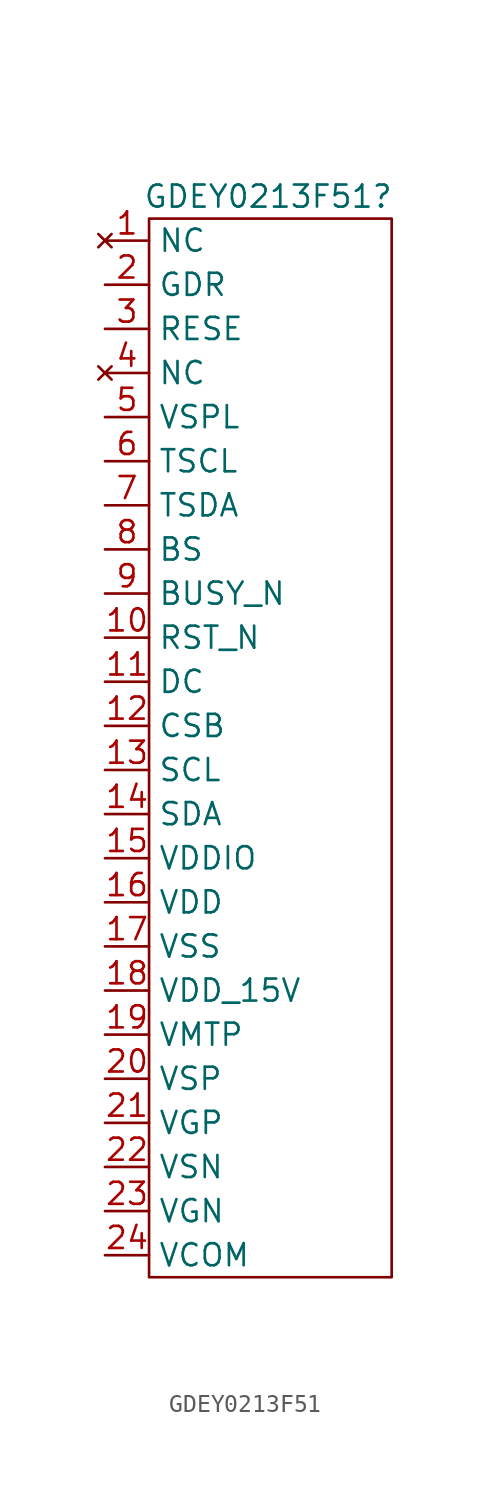
<source format=kicad_sym>
(kicad_symbol_lib
  (version 20231120)
  (generator "kicad_symbol_editor")
  (generator_version "8.0")
  (symbol "GDEY0213F51"
    (property "Reference" "GDEY0213F51"
      (at 0.508 16.51 0)
      (effects (font (size 1.27 1.27))))
    (property "Value" ""
      (at 0 0 0)
      (effects (font (size 1.27 1.27))))
    (symbol "GDEY0213F51_0_1"
      (rectangle (start -6.35 15.24) (end 7.62 -45.72) (stroke (width 0) (type default)) (fill (type none))))
    (symbol "GDEY0213F51_1_1"
      (pin no_connect line (at -8.89 13.97 0) (length 2.54) (name "NC" (effects (font (size 1.27 1.27)))) (number "1" (effects (font (size 1.27 1.27)))))
      (pin input line (at -8.89 -8.89 0) (length 2.54) (name "RST_N" (effects (font (size 1.27 1.27)))) (number "10" (effects (font (size 1.27 1.27)))))
      (pin input line (at -8.89 -11.43 0) (length 2.54) (name "DC" (effects (font (size 1.27 1.27)))) (number "11" (effects (font (size 1.27 1.27)))))
      (pin input line (at -8.89 -13.97 0) (length 2.54) (name "CSB" (effects (font (size 1.27 1.27)))) (number "12" (effects (font (size 1.27 1.27)))))
      (pin input line (at -8.89 -16.51 0) (length 2.54) (name "SCL" (effects (font (size 1.27 1.27)))) (number "13" (effects (font (size 1.27 1.27)))))
      (pin bidirectional line (at -8.89 -19.05 0) (length 2.54) (name "SDA" (effects (font (size 1.27 1.27)))) (number "14" (effects (font (size 1.27 1.27)))))
      (pin power_in line (at -8.89 -21.59 0) (length 2.54) (name "VDDIO" (effects (font (size 1.27 1.27)))) (number "15" (effects (font (size 1.27 1.27)))))
      (pin power_in line (at -8.89 -24.13 0) (length 2.54) (name "VDD" (effects (font (size 1.27 1.27)))) (number "16" (effects (font (size 1.27 1.27)))))
      (pin power_in line (at -8.89 -26.67 0) (length 2.54) (name "VSS" (effects (font (size 1.27 1.27)))) (number "17" (effects (font (size 1.27 1.27)))))
      (pin power_out line (at -8.89 -29.21 0) (length 2.54) (name "VDD_15V" (effects (font (size 1.27 1.27)))) (number "18" (effects (font (size 1.27 1.27)))))
      (pin power_in line (at -8.89 -31.75 0) (length 2.54) (name "VMTP" (effects (font (size 1.27 1.27)))) (number "19" (effects (font (size 1.27 1.27)))))
      (pin output line (at -8.89 11.43 0) (length 2.54) (name "GDR" (effects (font (size 1.27 1.27)))) (number "2" (effects (font (size 1.27 1.27)))))
      (pin power_in line (at -8.89 -34.29 0) (length 2.54) (name "VSP" (effects (font (size 1.27 1.27)))) (number "20" (effects (font (size 1.27 1.27)))))
      (pin power_in line (at -8.89 -36.83 0) (length 2.54) (name "VGP" (effects (font (size 1.27 1.27)))) (number "21" (effects (font (size 1.27 1.27)))))
      (pin power_in line (at -8.89 -39.37 0) (length 2.54) (name "VSN" (effects (font (size 1.27 1.27)))) (number "22" (effects (font (size 1.27 1.27)))))
      (pin power_in line (at -8.89 -41.91 0) (length 2.54) (name "VGN" (effects (font (size 1.27 1.27)))) (number "23" (effects (font (size 1.27 1.27)))))
      (pin output line (at -8.89 -44.45 0) (length 2.54) (name "VCOM" (effects (font (size 1.27 1.27)))) (number "24" (effects (font (size 1.27 1.27)))))
      (pin power_in line (at -8.89 8.89 0) (length 2.54) (name "RESE" (effects (font (size 1.27 1.27)))) (number "3" (effects (font (size 1.27 1.27)))))
      (pin no_connect line (at -8.89 6.35 0) (length 2.54) (name "NC" (effects (font (size 1.27 1.27)))) (number "4" (effects (font (size 1.27 1.27)))))
      (pin power_in line (at -8.89 3.81 0) (length 2.54) (name "VSPL" (effects (font (size 1.27 1.27)))) (number "5" (effects (font (size 1.27 1.27)))))
      (pin output line (at -8.89 1.27 0) (length 2.54) (name "TSCL" (effects (font (size 1.27 1.27)))) (number "6" (effects (font (size 1.27 1.27)))))
      (pin bidirectional line (at -8.89 -1.27 0) (length 2.54) (name "TSDA" (effects (font (size 1.27 1.27)))) (number "7" (effects (font (size 1.27 1.27)))))
      (pin input line (at -8.89 -3.81 0) (length 2.54) (name "BS" (effects (font (size 1.27 1.27)))) (number "8" (effects (font (size 1.27 1.27)))))
      (pin output line (at -8.89 -6.35 0) (length 2.54) (name "BUSY_N" (effects (font (size 1.27 1.27)))) (number "9" (effects (font (size 1.27 1.27))))))))
</source>
